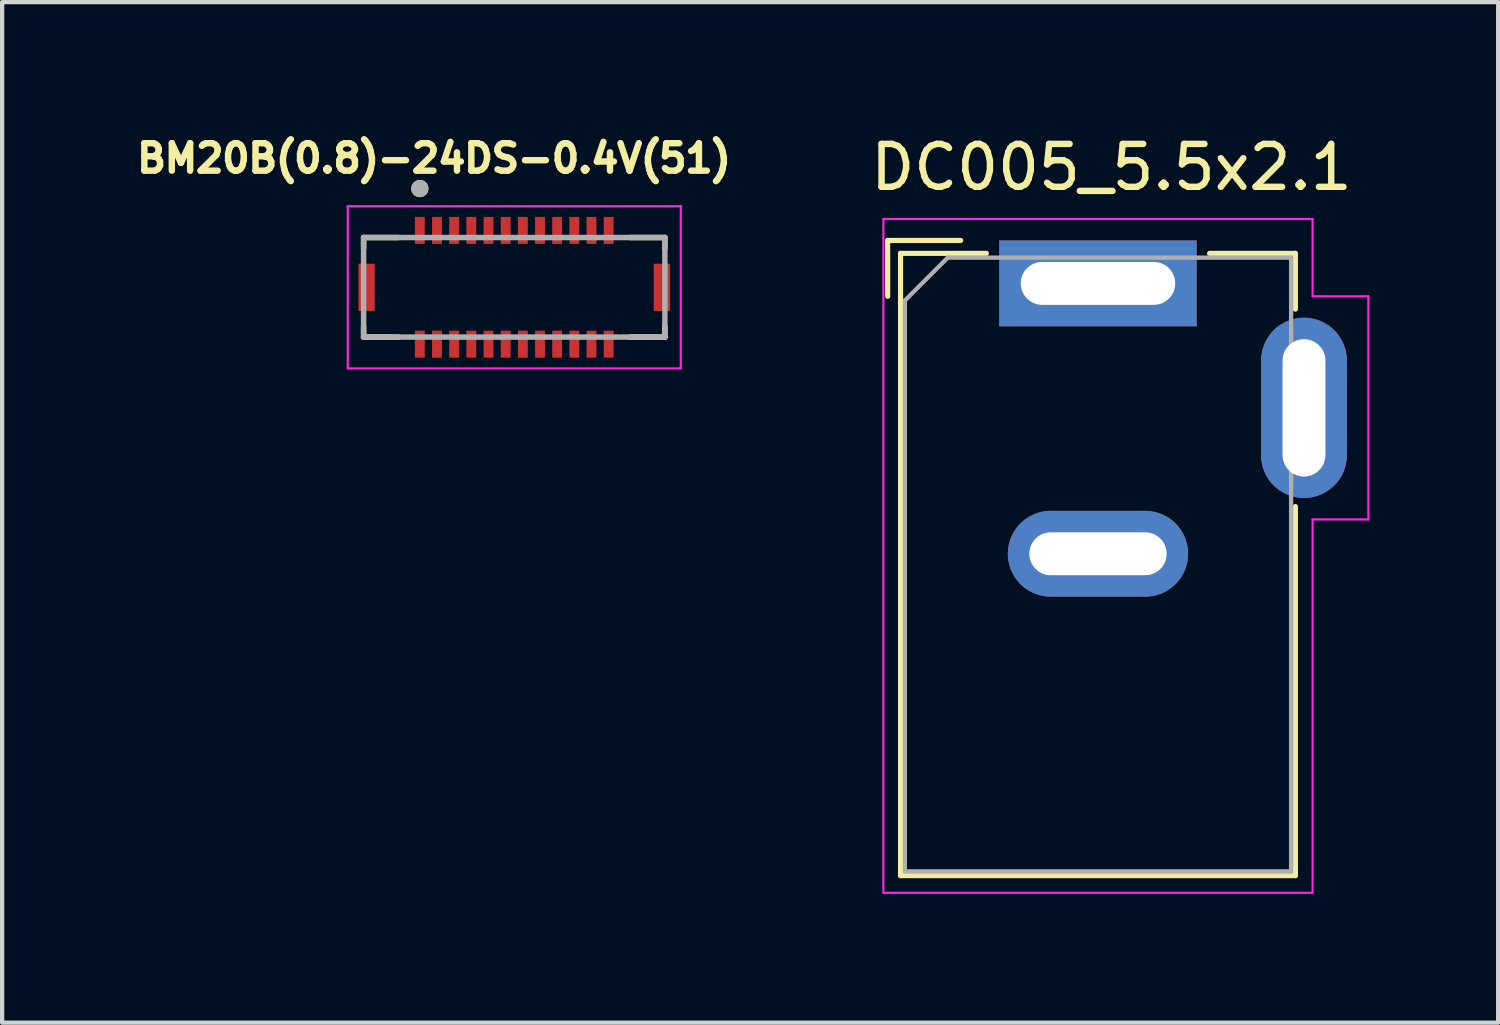
<source format=kicad_pcb>
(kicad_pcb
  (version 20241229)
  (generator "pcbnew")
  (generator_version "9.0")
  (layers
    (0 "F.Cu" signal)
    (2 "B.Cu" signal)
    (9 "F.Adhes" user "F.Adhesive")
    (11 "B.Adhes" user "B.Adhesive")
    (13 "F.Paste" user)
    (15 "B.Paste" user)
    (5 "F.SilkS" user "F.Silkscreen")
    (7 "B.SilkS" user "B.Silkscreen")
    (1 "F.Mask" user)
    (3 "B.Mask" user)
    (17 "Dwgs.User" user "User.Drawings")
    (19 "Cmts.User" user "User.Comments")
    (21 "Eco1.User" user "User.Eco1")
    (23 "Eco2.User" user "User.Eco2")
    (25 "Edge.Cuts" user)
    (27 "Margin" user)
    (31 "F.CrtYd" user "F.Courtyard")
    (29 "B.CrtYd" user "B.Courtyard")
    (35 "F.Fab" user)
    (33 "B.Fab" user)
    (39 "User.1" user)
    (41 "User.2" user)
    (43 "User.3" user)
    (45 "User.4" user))
  (footprint "DC005_5.5x2.1"
    (layer "F.Cu")
    (at 22.533 9.853)
    (property "Reference" "DC005_5.5x2.1" (at 0.315 -9.005 0) (unlocked yes) (layer "F.SilkS") (effects (font (size 1 1) (thickness 0.15))))
    (attr through_hole)
    (fp_line (start -4.9 -7.3) (end -4.9 -6) (stroke (width 0.12) (type solid)) (layer "F.SilkS"))
    (fp_line (start -4.6 -7) (end -2.6 -7) (stroke (width 0.12) (type solid)) (layer "F.SilkS"))
    (fp_line (start -4.6 7.5) (end -4.6 -7) (stroke (width 0.12) (type solid)) (layer "F.SilkS"))
    (fp_line (start -3.2 -7.3) (end -4.9 -7.3) (stroke (width 0.12) (type solid)) (layer "F.SilkS"))
    (fp_line (start 2.6 -7) (end 4.6 -7) (stroke (width 0.12) (type solid)) (layer "F.SilkS"))
    (fp_line (start 4.6 -7) (end 4.6 -5.7) (stroke (width 0.12) (type solid)) (layer "F.SilkS"))
    (fp_line (start 4.6 -1.1) (end 4.6 7.5) (stroke (width 0.12) (type solid)) (layer "F.SilkS"))
    (fp_line (start 4.6 7.5) (end -4.6 7.5) (stroke (width 0.12) (type solid)) (layer "F.SilkS"))
    (fp_line (start -5 -7.8) (end -5 7.9) (stroke (width 0.05) (type solid)) (layer "F.CrtYd"))
    (fp_line (start -5 7.9) (end 5 7.9) (stroke (width 0.05) (type solid)) (layer "F.CrtYd"))
    (fp_line (start 5 -7.8) (end -5 -7.8) (stroke (width 0.05) (type solid)) (layer "F.CrtYd"))
    (fp_line (start 5 -6) (end 5 -7.8) (stroke (width 0.05) (type solid)) (layer "F.CrtYd"))
    (fp_line (start 5 7.9) (end 5 -0.8) (stroke (width 0.05) (type solid)) (layer "F.CrtYd"))
    (fp_line (start 6.3 -6) (end 5 -6) (stroke (width 0.05) (type solid)) (layer "F.CrtYd"))
    (fp_line (start 6.3 -6) (end 6.3 -0.8) (stroke (width 0.05) (type solid)) (layer "F.CrtYd"))
    (fp_line (start 6.3 -0.8) (end 5 -0.8) (stroke (width 0.05) (type solid)) (layer "F.CrtYd"))
    (fp_line (start -4.5 -5.9) (end -3.5 -6.9) (stroke (width 0.1) (type solid)) (layer "F.Fab"))
    (fp_line (start -4.5 7.4) (end -4.5 -5.9) (stroke (width 0.1) (type solid)) (layer "F.Fab"))
    (fp_line (start 4.5 -6.9) (end -3.5 -6.9) (stroke (width 0.1) (type solid)) (layer "F.Fab"))
    (fp_line (start 4.5 -6.9) (end 4.5 7.4) (stroke (width 0.1) (type solid)) (layer "F.Fab"))
    (fp_line (start 4.5 7.4) (end -4.5 7.4) (stroke (width 0.1) (type solid)) (layer "F.Fab"))
    (pad "1" thru_hole rect (at 0 -6.3) (size 4.6 2) (drill oval 3.6 1) (layers "*.Cu" "*.Mask"))
    (pad "2" thru_hole oval (at 0 0) (size 4.2 2) (drill oval 3.2 1) (layers "*.Cu" "*.Mask"))
    (pad "3" thru_hole oval (at 4.8 -3.4) (size 2 4.2) (drill oval 1 3.2) (layers "*.Cu" "*.Mask")))
  (footprint "BM20B(0.8)-24DS-0.4V(51)"
    (layer "F.Cu")
    (at 8.932 3.644)
    (property "Reference" "BM20B(0.8)-24DS-0.4V(51)" (at -1.868 -3.006 0) (layer "F.SilkS") (effects (font (size 0.64 0.64) (thickness 0.15))))
    (attr smd)
    (fp_line (start -3.51 -1.16) (end -3.51 -0.9) (stroke (width 0.127) (type solid)) (layer "F.SilkS"))
    (fp_line (start -3.51 1.16) (end -3.51 0.9) (stroke (width 0.127) (type solid)) (layer "F.SilkS"))
    (fp_line (start -2.7 -1.16) (end -3.51 -1.16) (stroke (width 0.127) (type solid)) (layer "F.SilkS"))
    (fp_line (start -2.7 1.16) (end -3.51 1.16) (stroke (width 0.127) (type solid)) (layer "F.SilkS"))
    (fp_line (start 2.7 -1.16) (end 3.51 -1.16) (stroke (width 0.127) (type solid)) (layer "F.SilkS"))
    (fp_line (start 2.7 1.16) (end 3.51 1.16) (stroke (width 0.127) (type solid)) (layer "F.SilkS"))
    (fp_line (start 3.51 -1.16) (end 3.51 -0.9) (stroke (width 0.127) (type solid)) (layer "F.SilkS"))
    (fp_line (start 3.51 1.16) (end 3.51 0.9) (stroke (width 0.127) (type solid)) (layer "F.SilkS"))
    (fp_circle (center -2.2 -2.3) (end -2.1 -2.3) (stroke (width 0.2) (type solid)) (fill no) (layer "F.SilkS"))
    (fp_poly (pts (xy -2.315 -1.64) (xy -2.085 -1.64) (xy -2.085 -1.14) (xy -2.315 -1.14)) (stroke (width 0.01) (type solid)) (fill yes) (layer "F.Paste"))
    (fp_poly (pts (xy -2.315 1.14) (xy -2.085 1.14) (xy -2.085 1.64) (xy -2.315 1.64)) (stroke (width 0.01) (type solid)) (fill yes) (layer "F.Paste"))
    (fp_poly (pts (xy -1.915 -1.64) (xy -1.685 -1.64) (xy -1.685 -1.14) (xy -1.915 -1.14)) (stroke (width 0.01) (type solid)) (fill yes) (layer "F.Paste"))
    (fp_poly (pts (xy -1.915 1.14) (xy -1.685 1.14) (xy -1.685 1.64) (xy -1.915 1.64)) (stroke (width 0.01) (type solid)) (fill yes) (layer "F.Paste"))
    (fp_poly (pts (xy -1.515 -1.64) (xy -1.285 -1.64) (xy -1.285 -1.14) (xy -1.515 -1.14)) (stroke (width 0.01) (type solid)) (fill yes) (layer "F.Paste"))
    (fp_poly (pts (xy -1.515 1.14) (xy -1.285 1.14) (xy -1.285 1.64) (xy -1.515 1.64)) (stroke (width 0.01) (type solid)) (fill yes) (layer "F.Paste"))
    (fp_poly (pts (xy -1.115 -1.64) (xy -0.885 -1.64) (xy -0.885 -1.14) (xy -1.115 -1.14)) (stroke (width 0.01) (type solid)) (fill yes) (layer "F.Paste"))
    (fp_poly (pts (xy -1.115 1.14) (xy -0.885 1.14) (xy -0.885 1.64) (xy -1.115 1.64)) (stroke (width 0.01) (type solid)) (fill yes) (layer "F.Paste"))
    (fp_poly (pts (xy -0.715 -1.64) (xy -0.485 -1.64) (xy -0.485 -1.14) (xy -0.715 -1.14)) (stroke (width 0.01) (type solid)) (fill yes) (layer "F.Paste"))
    (fp_poly (pts (xy -0.715 1.14) (xy -0.485 1.14) (xy -0.485 1.64) (xy -0.715 1.64)) (stroke (width 0.01) (type solid)) (fill yes) (layer "F.Paste"))
    (fp_poly (pts (xy -0.315 -1.64) (xy -0.085 -1.64) (xy -0.085 -1.14) (xy -0.315 -1.14)) (stroke (width 0.01) (type solid)) (fill yes) (layer "F.Paste"))
    (fp_poly (pts (xy -0.315 1.14) (xy -0.085 1.14) (xy -0.085 1.64) (xy -0.315 1.64)) (stroke (width 0.01) (type solid)) (fill yes) (layer "F.Paste"))
    (fp_poly (pts (xy 0.085 -1.64) (xy 0.315 -1.64) (xy 0.315 -1.14) (xy 0.085 -1.14)) (stroke (width 0.01) (type solid)) (fill yes) (layer "F.Paste"))
    (fp_poly (pts (xy 0.085 1.14) (xy 0.315 1.14) (xy 0.315 1.64) (xy 0.085 1.64)) (stroke (width 0.01) (type solid)) (fill yes) (layer "F.Paste"))
    (fp_poly (pts (xy 0.485 -1.64) (xy 0.715 -1.64) (xy 0.715 -1.14) (xy 0.485 -1.14)) (stroke (width 0.01) (type solid)) (fill yes) (layer "F.Paste"))
    (fp_poly (pts (xy 0.485 1.14) (xy 0.715 1.14) (xy 0.715 1.64) (xy 0.485 1.64)) (stroke (width 0.01) (type solid)) (fill yes) (layer "F.Paste"))
    (fp_poly (pts (xy 0.885 -1.64) (xy 1.115 -1.64) (xy 1.115 -1.14) (xy 0.885 -1.14)) (stroke (width 0.01) (type solid)) (fill yes) (layer "F.Paste"))
    (fp_poly (pts (xy 0.885 1.14) (xy 1.115 1.14) (xy 1.115 1.64) (xy 0.885 1.64)) (stroke (width 0.01) (type solid)) (fill yes) (layer "F.Paste"))
    (fp_poly (pts (xy 1.285 -1.64) (xy 1.515 -1.64) (xy 1.515 -1.14) (xy 1.285 -1.14)) (stroke (width 0.01) (type solid)) (fill yes) (layer "F.Paste"))
    (fp_poly (pts (xy 1.285 1.14) (xy 1.515 1.14) (xy 1.515 1.64) (xy 1.285 1.64)) (stroke (width 0.01) (type solid)) (fill yes) (layer "F.Paste"))
    (fp_poly (pts (xy 1.685 -1.64) (xy 1.915 -1.64) (xy 1.915 -1.14) (xy 1.685 -1.14)) (stroke (width 0.01) (type solid)) (fill yes) (layer "F.Paste"))
    (fp_poly (pts (xy 1.685 1.14) (xy 1.915 1.14) (xy 1.915 1.64) (xy 1.685 1.64)) (stroke (width 0.01) (type solid)) (fill yes) (layer "F.Paste"))
    (fp_poly (pts (xy 2.085 -1.64) (xy 2.315 -1.64) (xy 2.315 -1.14) (xy 2.085 -1.14)) (stroke (width 0.01) (type solid)) (fill yes) (layer "F.Paste"))
    (fp_poly (pts (xy 2.085 1.14) (xy 2.315 1.14) (xy 2.315 1.64) (xy 2.085 1.64)) (stroke (width 0.01) (type solid)) (fill yes) (layer "F.Paste"))
    (fp_line (start -3.88 -1.89) (end -3.88 1.89) (stroke (width 0.05) (type solid)) (layer "F.CrtYd"))
    (fp_line (start -3.88 1.89) (end 3.88 1.89) (stroke (width 0.05) (type solid)) (layer "F.CrtYd"))
    (fp_line (start 3.88 -1.89) (end -3.88 -1.89) (stroke (width 0.05) (type solid)) (layer "F.CrtYd"))
    (fp_line (start 3.88 1.89) (end 3.88 -1.89) (stroke (width 0.05) (type solid)) (layer "F.CrtYd"))
    (fp_line (start -3.51 -1.16) (end -3.51 1.16) (stroke (width 0.127) (type solid)) (layer "F.Fab"))
    (fp_line (start -3.51 1.16) (end 3.51 1.16) (stroke (width 0.127) (type solid)) (layer "F.Fab"))
    (fp_line (start 3.51 -1.16) (end -3.51 -1.16) (stroke (width 0.127) (type solid)) (layer "F.Fab"))
    (fp_line (start 3.51 1.16) (end 3.51 -1.16) (stroke (width 0.127) (type solid)) (layer "F.Fab"))
    (fp_circle (center -2.2 -2.3) (end -2.1 -2.3) (stroke (width 0.2) (type solid)) (fill no) (layer "F.Fab"))
    (pad "1" smd rect (at -2.2 -1.325 90) (size 0.63 0.23) (layers "F.Cu" "F.Mask"))
    (pad "2" smd rect (at -2.2 1.325 90) (size 0.63 0.23) (layers "F.Cu" "F.Mask"))
    (pad "3" smd rect (at -1.8 -1.325 90) (size 0.63 0.23) (layers "F.Cu" "F.Mask"))
    (pad "4" smd rect (at -1.8 1.325 90) (size 0.63 0.23) (layers "F.Cu" "F.Mask"))
    (pad "5" smd rect (at -1.4 -1.325 90) (size 0.63 0.23) (layers "F.Cu" "F.Mask"))
    (pad "6" smd rect (at -1.4 1.325 90) (size 0.63 0.23) (layers "F.Cu" "F.Mask"))
    (pad "7" smd rect (at -1 -1.325 90) (size 0.63 0.23) (layers "F.Cu" "F.Mask"))
    (pad "8" smd rect (at -1 1.325 90) (size 0.63 0.23) (layers "F.Cu" "F.Mask"))
    (pad "9" smd rect (at -0.6 -1.325 90) (size 0.63 0.23) (layers "F.Cu" "F.Mask"))
    (pad "10" smd rect (at -0.6 1.325 90) (size 0.63 0.23) (layers "F.Cu" "F.Mask"))
    (pad "11" smd rect (at -0.2 -1.325 90) (size 0.63 0.23) (layers "F.Cu" "F.Mask"))
    (pad "12" smd rect (at -0.2 1.325 90) (size 0.63 0.23) (layers "F.Cu" "F.Mask"))
    (pad "13" smd rect (at 0.2 -1.325 90) (size 0.63 0.23) (layers "F.Cu" "F.Mask"))
    (pad "14" smd rect (at 0.2 1.325 90) (size 0.63 0.23) (layers "F.Cu" "F.Mask"))
    (pad "15" smd rect (at 0.6 -1.325 90) (size 0.63 0.23) (layers "F.Cu" "F.Mask"))
    (pad "16" smd rect (at 0.6 1.325 90) (size 0.63 0.23) (layers "F.Cu" "F.Mask"))
    (pad "17" smd rect (at 1 -1.325 90) (size 0.63 0.23) (layers "F.Cu" "F.Mask"))
    (pad "18" smd rect (at 1 1.325 90) (size 0.63 0.23) (layers "F.Cu" "F.Mask"))
    (pad "19" smd rect (at 1.4 -1.325 90) (size 0.63 0.23) (layers "F.Cu" "F.Mask"))
    (pad "20" smd rect (at 1.4 1.325 90) (size 0.63 0.23) (layers "F.Cu" "F.Mask"))
    (pad "21" smd rect (at 1.8 -1.325 90) (size 0.63 0.23) (layers "F.Cu" "F.Mask"))
    (pad "22" smd rect (at 1.8 1.325 90) (size 0.63 0.23) (layers "F.Cu" "F.Mask"))
    (pad "23" smd rect (at 2.2 -1.325 90) (size 0.63 0.23) (layers "F.Cu" "F.Mask"))
    (pad "24" smd rect (at 2.2 1.325 90) (size 0.63 0.23) (layers "F.Cu" "F.Mask"))
    (pad "S1" smd rect (at -3.44 0 90) (size 1.1 0.38) (layers "F.Cu" "F.Mask" "F.Paste"))
    (pad "S2" smd rect (at 3.44 0 90) (size 1.1 0.38) (layers "F.Cu" "F.Mask" "F.Paste")))
  (gr_rect
    (start -3 -3)
    (end 31.858 20.778)
    (stroke (width 0.1) (type default))
    (fill no)
    (layer "Edge.Cuts")))
</source>
